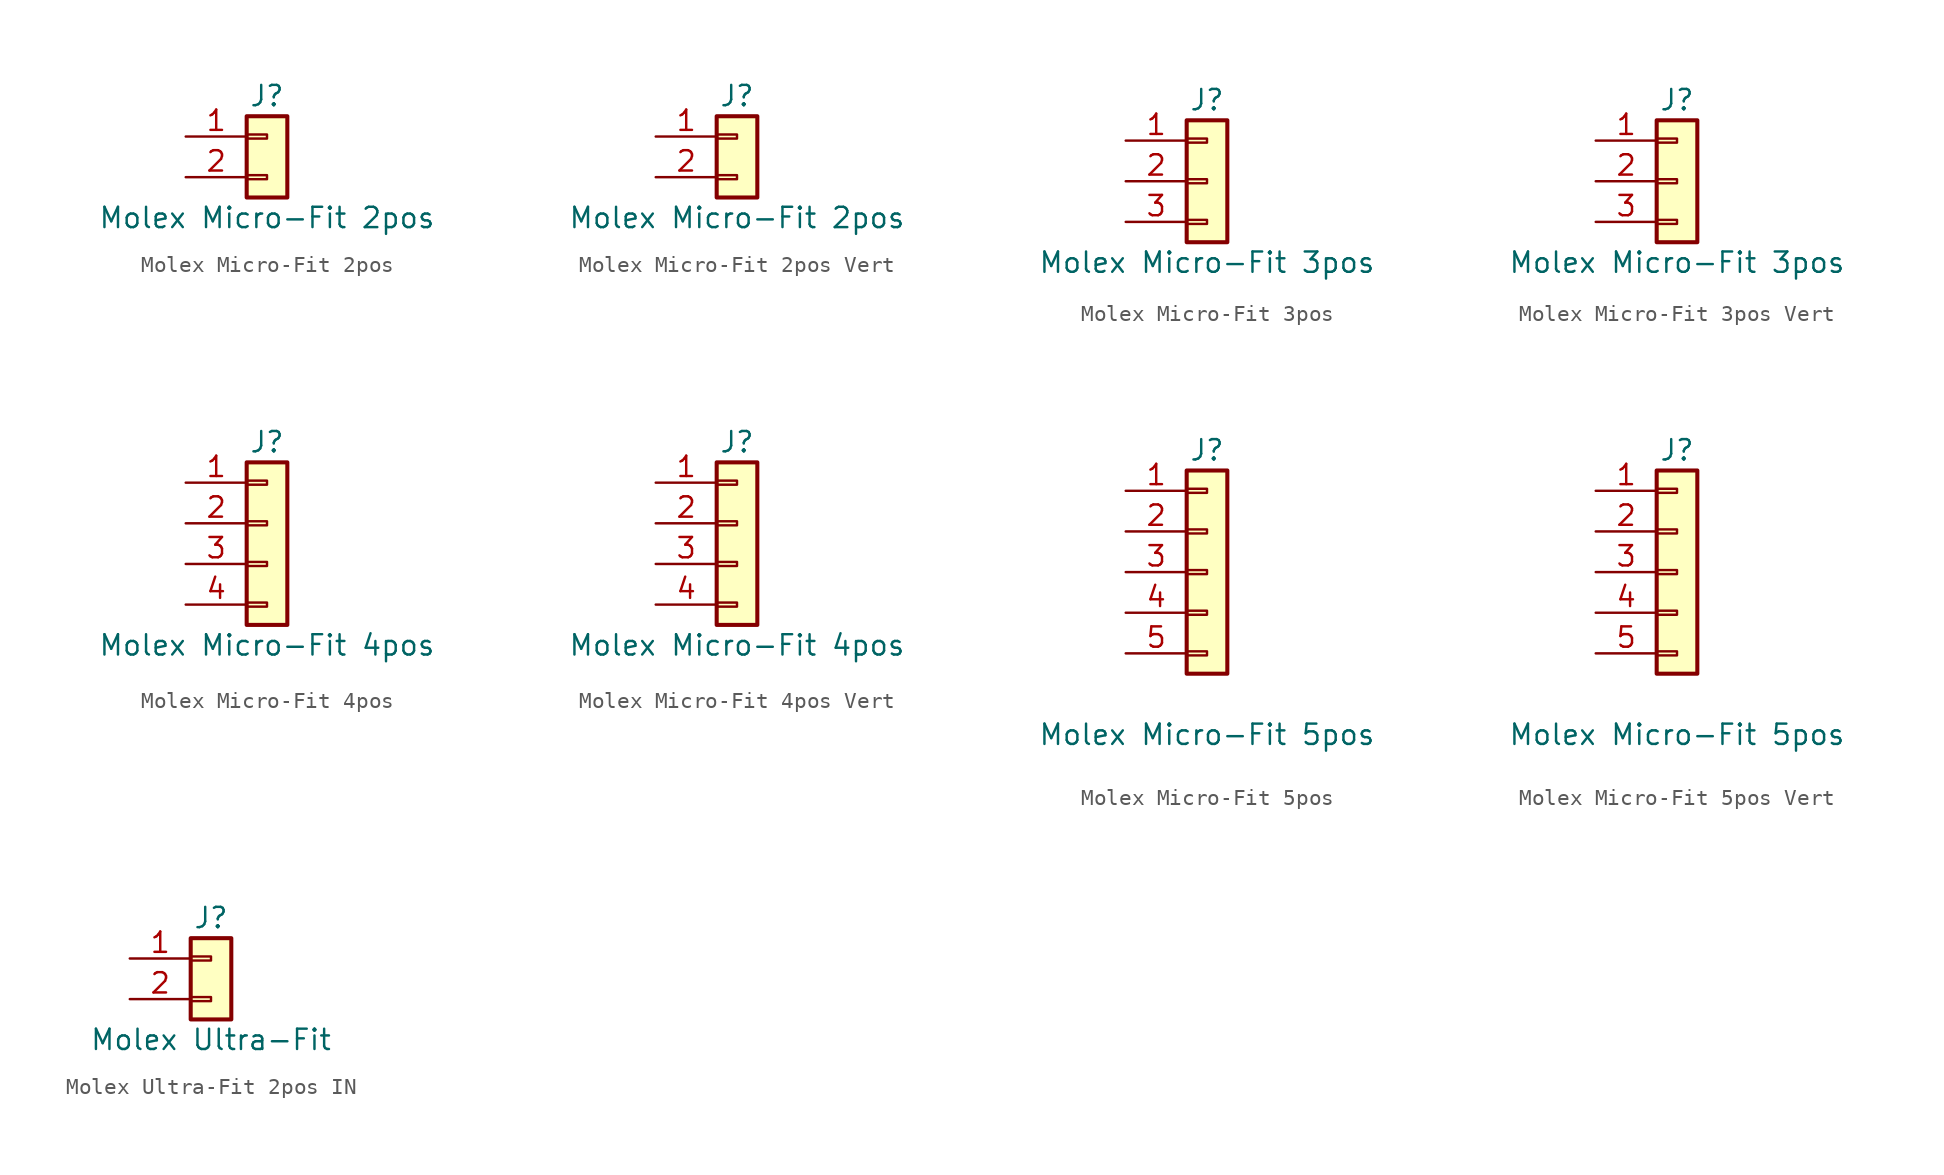
<source format=kicad_sym>
(kicad_symbol_lib
  (version 20220914)
  (generator kicad_symbol_editor)
  (symbol "Molex Micro-Fit 2pos"
    (pin_names
      (offset 1.016) hide)
    (property "Reference" "J"
      (at 0 2.54 0)
      (effects (font (size 1.27 1.27))))
    (property "Value" "Molex Micro-Fit 2pos"
      (at 0 -5.08 0)
      (effects (font (size 1.27 1.27))))
    (symbol "Molex Micro-Fit 2pos_1_1"
      (rectangle (start -1.27 -2.413) (end 0 -2.667) (stroke (width 0.152) (type default)) (fill (type none)))
      (rectangle (start -1.27 0.127) (end 0 -0.127) (stroke (width 0.152) (type default)) (fill (type none)))
      (rectangle (start -1.27 1.27) (end 1.27 -3.81) (stroke (width 0.254) (type default)) (fill (type background)))
      (pin passive line (at -5.08 0 0) (length 3.81) (name "Pin_1" (effects (font (size 1.27 1.27)))) (number "1" (effects (font (size 1.27 1.27)))))
      (pin passive line (at -5.08 -2.54 0) (length 3.81) (name "Pin_2" (effects (font (size 1.27 1.27)))) (number "2" (effects (font (size 1.27 1.27)))))))
  (symbol "Molex Micro-Fit 2pos Vert"
    (pin_names
      (offset 1.016) hide)
    (property "Reference" "J"
      (at 0 2.54 0)
      (effects (font (size 1.27 1.27))))
    (property "Value" "Molex Micro-Fit 2pos"
      (at 0 -5.08 0)
      (effects (font (size 1.27 1.27))))
    (symbol "Molex Micro-Fit 2pos Vert_1_1"
      (rectangle (start -1.27 -2.413) (end 0 -2.667) (stroke (width 0.152) (type default)) (fill (type none)))
      (rectangle (start -1.27 0.127) (end 0 -0.127) (stroke (width 0.152) (type default)) (fill (type none)))
      (rectangle (start -1.27 1.27) (end 1.27 -3.81) (stroke (width 0.254) (type default)) (fill (type background)))
      (pin passive line (at -5.08 0 0) (length 3.81) (name "Pin_1" (effects (font (size 1.27 1.27)))) (number "1" (effects (font (size 1.27 1.27)))))
      (pin passive line (at -5.08 -2.54 0) (length 3.81) (name "Pin_2" (effects (font (size 1.27 1.27)))) (number "2" (effects (font (size 1.27 1.27)))))))
  (symbol "Molex Micro-Fit 3pos"
    (pin_names
      (offset 1.016) hide)
    (property "Reference" "J"
      (at 0 5.08 0)
      (effects (font (size 1.27 1.27))))
    (property "Value" "Molex Micro-Fit 3pos"
      (at 0 -5.08 0)
      (effects (font (size 1.27 1.27))))
    (symbol "Molex Micro-Fit 3pos_1_1"
      (rectangle (start -1.27 -2.413) (end 0 -2.667) (stroke (width 0.152) (type default)) (fill (type none)))
      (rectangle (start -1.27 0.127) (end 0 -0.127) (stroke (width 0.152) (type default)) (fill (type none)))
      (rectangle (start -1.27 2.667) (end 0 2.413) (stroke (width 0.152) (type default)) (fill (type none)))
      (rectangle (start -1.27 3.81) (end 1.27 -3.81) (stroke (width 0.254) (type default)) (fill (type background)))
      (pin passive line (at -5.08 2.54 0) (length 3.81) (name "Pin_1" (effects (font (size 1.27 1.27)))) (number "1" (effects (font (size 1.27 1.27)))))
      (pin passive line (at -5.08 0 0) (length 3.81) (name "Pin_2" (effects (font (size 1.27 1.27)))) (number "2" (effects (font (size 1.27 1.27)))))
      (pin passive line (at -5.08 -2.54 0) (length 3.81) (name "Pin_3" (effects (font (size 1.27 1.27)))) (number "3" (effects (font (size 1.27 1.27)))))))
  (symbol "Molex Micro-Fit 3pos Vert"
    (pin_names
      (offset 1.016) hide)
    (property "Reference" "J"
      (at 0 5.08 0)
      (effects (font (size 1.27 1.27))))
    (property "Value" "Molex Micro-Fit 3pos"
      (at 0 -5.08 0)
      (effects (font (size 1.27 1.27))))
    (symbol "Molex Micro-Fit 3pos Vert_1_1"
      (rectangle (start -1.27 -2.413) (end 0 -2.667) (stroke (width 0.152) (type default)) (fill (type none)))
      (rectangle (start -1.27 0.127) (end 0 -0.127) (stroke (width 0.152) (type default)) (fill (type none)))
      (rectangle (start -1.27 2.667) (end 0 2.413) (stroke (width 0.152) (type default)) (fill (type none)))
      (rectangle (start -1.27 3.81) (end 1.27 -3.81) (stroke (width 0.254) (type default)) (fill (type background)))
      (pin passive line (at -5.08 2.54 0) (length 3.81) (name "Pin_1" (effects (font (size 1.27 1.27)))) (number "1" (effects (font (size 1.27 1.27)))))
      (pin passive line (at -5.08 0 0) (length 3.81) (name "Pin_2" (effects (font (size 1.27 1.27)))) (number "2" (effects (font (size 1.27 1.27)))))
      (pin passive line (at -5.08 -2.54 0) (length 3.81) (name "Pin_3" (effects (font (size 1.27 1.27)))) (number "3" (effects (font (size 1.27 1.27)))))))
  (symbol "Molex Micro-Fit 4pos"
    (pin_names
      (offset 1.016) hide)
    (property "Reference" "J"
      (at 0 5.08 0)
      (effects (font (size 1.27 1.27))))
    (property "Value" "Molex Micro-Fit 4pos"
      (at 0 -7.62 0)
      (effects (font (size 1.27 1.27))))
    (symbol "Molex Micro-Fit 4pos_1_1"
      (rectangle (start -1.27 -4.953) (end 0 -5.207) (stroke (width 0.152) (type default)) (fill (type none)))
      (rectangle (start -1.27 -2.413) (end 0 -2.667) (stroke (width 0.152) (type default)) (fill (type none)))
      (rectangle (start -1.27 0.127) (end 0 -0.127) (stroke (width 0.152) (type default)) (fill (type none)))
      (rectangle (start -1.27 2.667) (end 0 2.413) (stroke (width 0.152) (type default)) (fill (type none)))
      (rectangle (start -1.27 3.81) (end 1.27 -6.35) (stroke (width 0.254) (type default)) (fill (type background)))
      (pin passive line (at -5.08 2.54 0) (length 3.81) (name "Pin_1" (effects (font (size 1.27 1.27)))) (number "1" (effects (font (size 1.27 1.27)))))
      (pin passive line (at -5.08 0 0) (length 3.81) (name "Pin_2" (effects (font (size 1.27 1.27)))) (number "2" (effects (font (size 1.27 1.27)))))
      (pin passive line (at -5.08 -2.54 0) (length 3.81) (name "Pin_3" (effects (font (size 1.27 1.27)))) (number "3" (effects (font (size 1.27 1.27)))))
      (pin passive line (at -5.08 -5.08 0) (length 3.81) (name "Pin_4" (effects (font (size 1.27 1.27)))) (number "4" (effects (font (size 1.27 1.27)))))))
  (symbol "Molex Micro-Fit 4pos Vert"
    (pin_names
      (offset 1.016) hide)
    (property "Reference" "J"
      (at 0 5.08 0)
      (effects (font (size 1.27 1.27))))
    (property "Value" "Molex Micro-Fit 4pos"
      (at 0 -7.62 0)
      (effects (font (size 1.27 1.27))))
    (symbol "Molex Micro-Fit 4pos Vert_1_1"
      (rectangle (start -1.27 -4.953) (end 0 -5.207) (stroke (width 0.152) (type default)) (fill (type none)))
      (rectangle (start -1.27 -2.413) (end 0 -2.667) (stroke (width 0.152) (type default)) (fill (type none)))
      (rectangle (start -1.27 0.127) (end 0 -0.127) (stroke (width 0.152) (type default)) (fill (type none)))
      (rectangle (start -1.27 2.667) (end 0 2.413) (stroke (width 0.152) (type default)) (fill (type none)))
      (rectangle (start -1.27 3.81) (end 1.27 -6.35) (stroke (width 0.254) (type default)) (fill (type background)))
      (pin passive line (at -5.08 2.54 0) (length 3.81) (name "Pin_1" (effects (font (size 1.27 1.27)))) (number "1" (effects (font (size 1.27 1.27)))))
      (pin passive line (at -5.08 0 0) (length 3.81) (name "Pin_2" (effects (font (size 1.27 1.27)))) (number "2" (effects (font (size 1.27 1.27)))))
      (pin passive line (at -5.08 -2.54 0) (length 3.81) (name "Pin_3" (effects (font (size 1.27 1.27)))) (number "3" (effects (font (size 1.27 1.27)))))
      (pin passive line (at -5.08 -5.08 0) (length 3.81) (name "Pin_4" (effects (font (size 1.27 1.27)))) (number "4" (effects (font (size 1.27 1.27)))))))
  (symbol "Molex Micro-Fit 5pos"
    (pin_names
      (offset 1.016) hide)
    (property "Reference" "J"
      (at 0 7.62 0)
      (effects (font (size 1.27 1.27))))
    (property "Value" "Molex Micro-Fit 5pos"
      (at 0 -10.16 0)
      (effects (font (size 1.27 1.27))))
    (symbol "Molex Micro-Fit 5pos_1_1"
      (rectangle (start -1.27 -4.953) (end 0 -5.207) (stroke (width 0.152) (type default)) (fill (type none)))
      (rectangle (start -1.27 -2.413) (end 0 -2.667) (stroke (width 0.152) (type default)) (fill (type none)))
      (rectangle (start -1.27 0.127) (end 0 -0.127) (stroke (width 0.152) (type default)) (fill (type none)))
      (rectangle (start -1.27 2.667) (end 0 2.413) (stroke (width 0.152) (type default)) (fill (type none)))
      (rectangle (start -1.27 5.207) (end 0 4.953) (stroke (width 0.152) (type default)) (fill (type none)))
      (rectangle (start -1.27 6.35) (end 1.27 -6.35) (stroke (width 0.254) (type default)) (fill (type background)))
      (pin passive line (at -5.08 5.08 0) (length 3.81) (name "Pin_1" (effects (font (size 1.27 1.27)))) (number "1" (effects (font (size 1.27 1.27)))))
      (pin passive line (at -5.08 2.54 0) (length 3.81) (name "Pin_2" (effects (font (size 1.27 1.27)))) (number "2" (effects (font (size 1.27 1.27)))))
      (pin passive line (at -5.08 0 0) (length 3.81) (name "Pin_3" (effects (font (size 1.27 1.27)))) (number "3" (effects (font (size 1.27 1.27)))))
      (pin passive line (at -5.08 -2.54 0) (length 3.81) (name "Pin_4" (effects (font (size 1.27 1.27)))) (number "4" (effects (font (size 1.27 1.27)))))
      (pin passive line (at -5.08 -5.08 0) (length 3.81) (name "Pin_5" (effects (font (size 1.27 1.27)))) (number "5" (effects (font (size 1.27 1.27)))))))
  (symbol "Molex Micro-Fit 5pos Vert"
    (pin_names
      (offset 1.016) hide)
    (property "Reference" "J"
      (at 0 7.62 0)
      (effects (font (size 1.27 1.27))))
    (property "Value" "Molex Micro-Fit 5pos"
      (at 0 -10.16 0)
      (effects (font (size 1.27 1.27))))
    (symbol "Molex Micro-Fit 5pos Vert_1_1"
      (rectangle (start -1.27 -4.953) (end 0 -5.207) (stroke (width 0.152) (type default)) (fill (type none)))
      (rectangle (start -1.27 -2.413) (end 0 -2.667) (stroke (width 0.152) (type default)) (fill (type none)))
      (rectangle (start -1.27 0.127) (end 0 -0.127) (stroke (width 0.152) (type default)) (fill (type none)))
      (rectangle (start -1.27 2.667) (end 0 2.413) (stroke (width 0.152) (type default)) (fill (type none)))
      (rectangle (start -1.27 5.207) (end 0 4.953) (stroke (width 0.152) (type default)) (fill (type none)))
      (rectangle (start -1.27 6.35) (end 1.27 -6.35) (stroke (width 0.254) (type default)) (fill (type background)))
      (pin passive line (at -5.08 5.08 0) (length 3.81) (name "Pin_1" (effects (font (size 1.27 1.27)))) (number "1" (effects (font (size 1.27 1.27)))))
      (pin passive line (at -5.08 2.54 0) (length 3.81) (name "Pin_2" (effects (font (size 1.27 1.27)))) (number "2" (effects (font (size 1.27 1.27)))))
      (pin passive line (at -5.08 0 0) (length 3.81) (name "Pin_3" (effects (font (size 1.27 1.27)))) (number "3" (effects (font (size 1.27 1.27)))))
      (pin passive line (at -5.08 -2.54 0) (length 3.81) (name "Pin_4" (effects (font (size 1.27 1.27)))) (number "4" (effects (font (size 1.27 1.27)))))
      (pin passive line (at -5.08 -5.08 0) (length 3.81) (name "Pin_5" (effects (font (size 1.27 1.27)))) (number "5" (effects (font (size 1.27 1.27)))))))
  (symbol "Molex Ultra-Fit 2pos IN"
    (pin_names
      (offset 1.016) hide)
    (property "Reference" "J"
      (at 0 2.54 0)
      (effects (font (size 1.27 1.27))))
    (property "Value" "Molex Ultra-Fit"
      (at 0 -5.08 0)
      (effects (font (size 1.27 1.27))))
    (symbol "Molex Ultra-Fit 2pos IN_1_1"
      (rectangle (start -1.27 -2.413) (end 0 -2.667) (stroke (width 0.152) (type default)) (fill (type none)))
      (rectangle (start -1.27 0.127) (end 0 -0.127) (stroke (width 0.152) (type default)) (fill (type none)))
      (rectangle (start -1.27 1.27) (end 1.27 -3.81) (stroke (width 0.254) (type default)) (fill (type background)))
      (pin passive line (at -5.08 0 0) (length 3.81) (name "Pin_1" (effects (font (size 1.27 1.27)))) (number "1" (effects (font (size 1.27 1.27)))))
      (pin passive line (at -5.08 -2.54 0) (length 3.81) (name "Pin_2" (effects (font (size 1.27 1.27)))) (number "2" (effects (font (size 1.27 1.27))))))))
</source>
